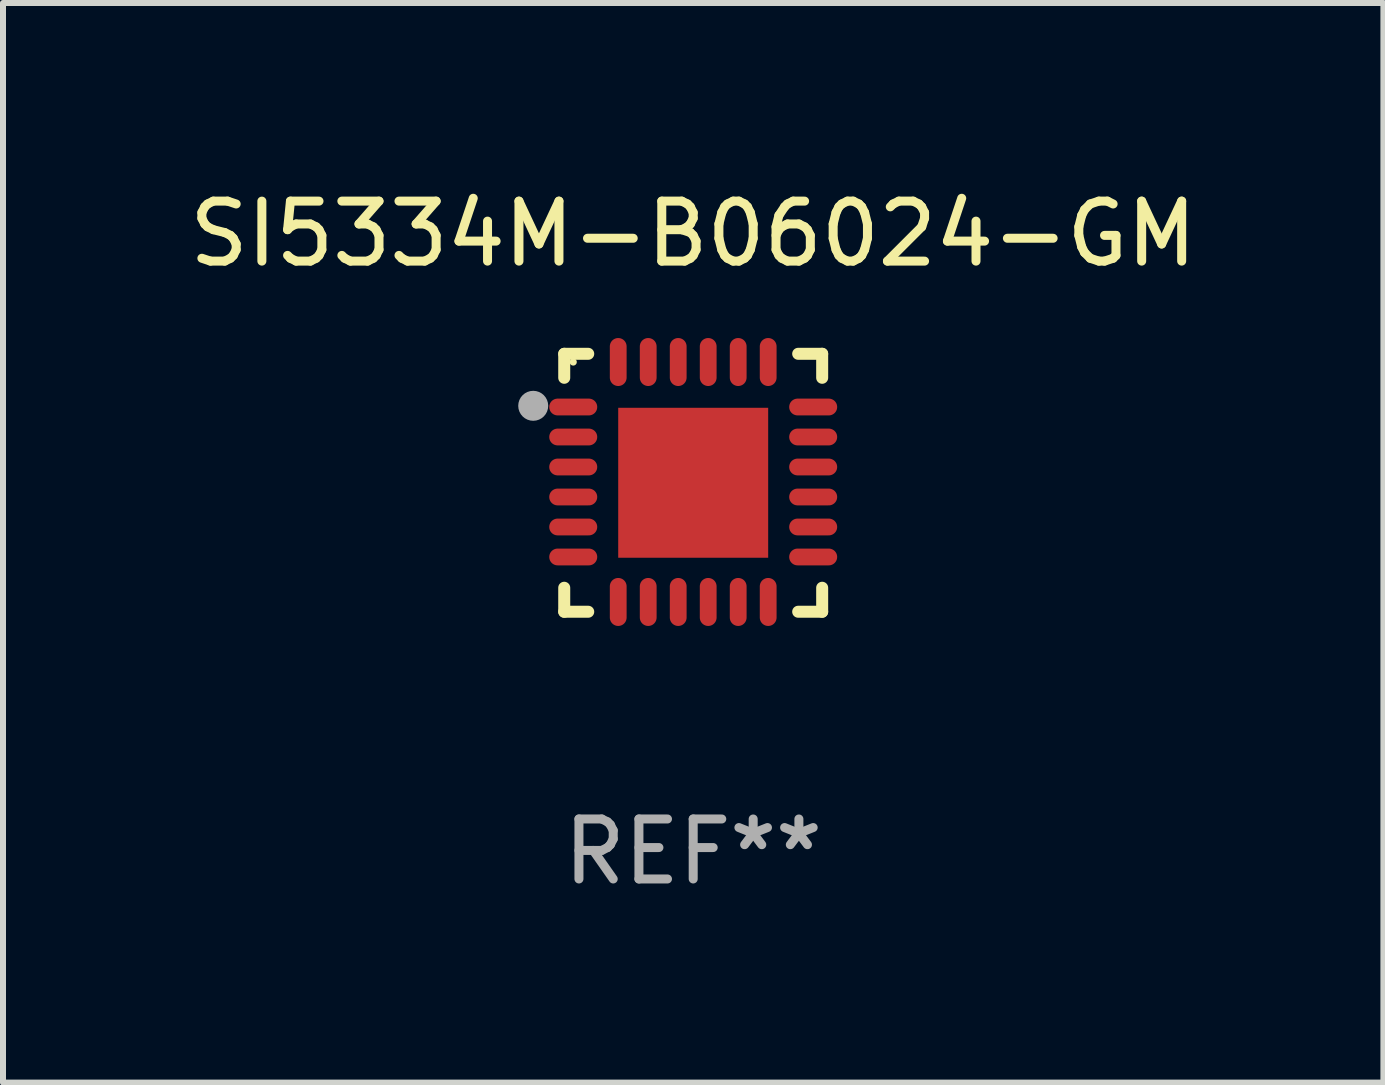
<source format=kicad_pcb>
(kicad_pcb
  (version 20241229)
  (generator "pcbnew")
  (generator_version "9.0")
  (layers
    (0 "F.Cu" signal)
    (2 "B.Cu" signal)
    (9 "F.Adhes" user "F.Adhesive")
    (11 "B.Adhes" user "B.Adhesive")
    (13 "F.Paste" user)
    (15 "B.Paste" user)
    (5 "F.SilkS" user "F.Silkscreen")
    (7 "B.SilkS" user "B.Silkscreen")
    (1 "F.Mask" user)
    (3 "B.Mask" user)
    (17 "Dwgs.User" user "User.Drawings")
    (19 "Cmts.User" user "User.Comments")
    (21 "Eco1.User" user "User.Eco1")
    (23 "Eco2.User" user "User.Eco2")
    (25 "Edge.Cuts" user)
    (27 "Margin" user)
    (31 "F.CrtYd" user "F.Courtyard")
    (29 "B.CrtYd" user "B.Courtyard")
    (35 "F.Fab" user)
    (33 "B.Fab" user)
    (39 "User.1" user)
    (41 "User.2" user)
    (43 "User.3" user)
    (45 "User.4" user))
  (footprint "SI5334M-B06024-GM"
    (layer "F.Cu")
    (at 8.506 4.998)
    (property "Reference" "SI5334M-B06024-GM" (at 0 -4.15 0) (layer "F.SilkS") (effects (font (size 1 1) (thickness 0.15))))
    (attr through_hole)
    (fp_line (start -2.15 -2.15) (end -1.75 -2.15) (stroke (width 0.2) (type solid)) (layer "F.SilkS"))
    (fp_line (start -2.15 -1.75) (end -2.15 -2.15) (stroke (width 0.2) (type solid)) (layer "F.SilkS"))
    (fp_line (start -2.15 2.15) (end -2.15 1.75) (stroke (width 0.2) (type solid)) (layer "F.SilkS"))
    (fp_line (start -1.75 2.15) (end -2.15 2.15) (stroke (width 0.2) (type solid)) (layer "F.SilkS"))
    (fp_line (start 1.75 -2.15) (end 2.15 -2.15) (stroke (width 0.2) (type solid)) (layer "F.SilkS"))
    (fp_line (start 1.75 2.15) (end 2.15 2.15) (stroke (width 0.2) (type solid)) (layer "F.SilkS"))
    (fp_line (start 2.15 -2.15) (end 2.15 -1.75) (stroke (width 0.2) (type solid)) (layer "F.SilkS"))
    (fp_line (start 2.15 2.15) (end 2.15 1.75) (stroke (width 0.2) (type solid)) (layer "F.SilkS"))
    (fp_circle (center -2 -2.013) (end -1.97 -2.013) (stroke (width 0.06) (type solid)) (fill no) (layer "F.SilkS"))
    (fp_circle (center -2.667 -1.283) (end -2.542 -1.283) (stroke (width 0.25) (type solid)) (fill no) (layer "F.Fab"))
    (fp_text user "REF**" (at 0 6.15 0) (layer "F.Fab") (effects (font (size 1 1) (thickness 0.15))))
    (pad "1" smd oval (at -2 -1.263) (size 0.8 0.28) (layers "F.Cu" "F.Mask" "F.Paste"))
    (pad "2" smd oval (at -2 -0.763) (size 0.8 0.28) (layers "F.Cu" "F.Mask" "F.Paste"))
    (pad "3" smd oval (at -2 -0.263) (size 0.8 0.28) (layers "F.Cu" "F.Mask" "F.Paste"))
    (pad "4" smd oval (at -2 0.237) (size 0.8 0.28) (layers "F.Cu" "F.Mask" "F.Paste"))
    (pad "5" smd oval (at -2 0.737) (size 0.8 0.28) (layers "F.Cu" "F.Mask" "F.Paste"))
    (pad "6" smd oval (at -2 1.237) (size 0.8 0.28) (layers "F.Cu" "F.Mask" "F.Paste"))
    (pad "7" smd oval (at -1.25 1.987) (size 0.28 0.8) (layers "F.Cu" "F.Mask" "F.Paste"))
    (pad "8" smd oval (at -0.75 1.987) (size 0.28 0.8) (layers "F.Cu" "F.Mask" "F.Paste"))
    (pad "9" smd oval (at -0.25 1.987) (size 0.28 0.8) (layers "F.Cu" "F.Mask" "F.Paste"))
    (pad "10" smd oval (at 0.25 1.987) (size 0.28 0.8) (layers "F.Cu" "F.Mask" "F.Paste"))
    (pad "11" smd oval (at 0.75 1.987) (size 0.28 0.8) (layers "F.Cu" "F.Mask" "F.Paste"))
    (pad "12" smd oval (at 1.25 1.987) (size 0.28 0.8) (layers "F.Cu" "F.Mask" "F.Paste"))
    (pad "13" smd oval (at 2 1.237) (size 0.8 0.28) (layers "F.Cu" "F.Mask" "F.Paste"))
    (pad "14" smd oval (at 2 0.737) (size 0.8 0.28) (layers "F.Cu" "F.Mask" "F.Paste"))
    (pad "15" smd oval (at 2 0.237) (size 0.8 0.28) (layers "F.Cu" "F.Mask" "F.Paste"))
    (pad "16" smd oval (at 2 -0.263) (size 0.8 0.28) (layers "F.Cu" "F.Mask" "F.Paste"))
    (pad "17" smd oval (at 2 -0.763) (size 0.8 0.28) (layers "F.Cu" "F.Mask" "F.Paste"))
    (pad "18" smd oval (at 2 -1.263) (size 0.8 0.28) (layers "F.Cu" "F.Mask" "F.Paste"))
    (pad "19" smd oval (at 1.25 -2.013) (size 0.28 0.8) (layers "F.Cu" "F.Mask" "F.Paste"))
    (pad "20" smd oval (at 0.75 -2.013) (size 0.28 0.8) (layers "F.Cu" "F.Mask" "F.Paste"))
    (pad "21" smd oval (at 0.25 -2.013) (size 0.28 0.8) (layers "F.Cu" "F.Mask" "F.Paste"))
    (pad "22" smd oval (at -0.25 -2.013) (size 0.28 0.8) (layers "F.Cu" "F.Mask" "F.Paste"))
    (pad "23" smd oval (at -0.75 -2.013) (size 0.28 0.8) (layers "F.Cu" "F.Mask" "F.Paste"))
    (pad "24" smd oval (at -1.25 -2.013) (size 0.28 0.8) (layers "F.Cu" "F.Mask" "F.Paste"))
    (pad "25" smd rect (at -0.000127 -0.00014) (size 2.5 2.5) (layers "F.Cu" "F.Mask" "F.Paste")))
  (gr_rect
    (start -3 -3)
    (end 20.012 14.997)
    (stroke (width 0.1) (type default))
    (fill no)
    (layer "Edge.Cuts")))
</source>
